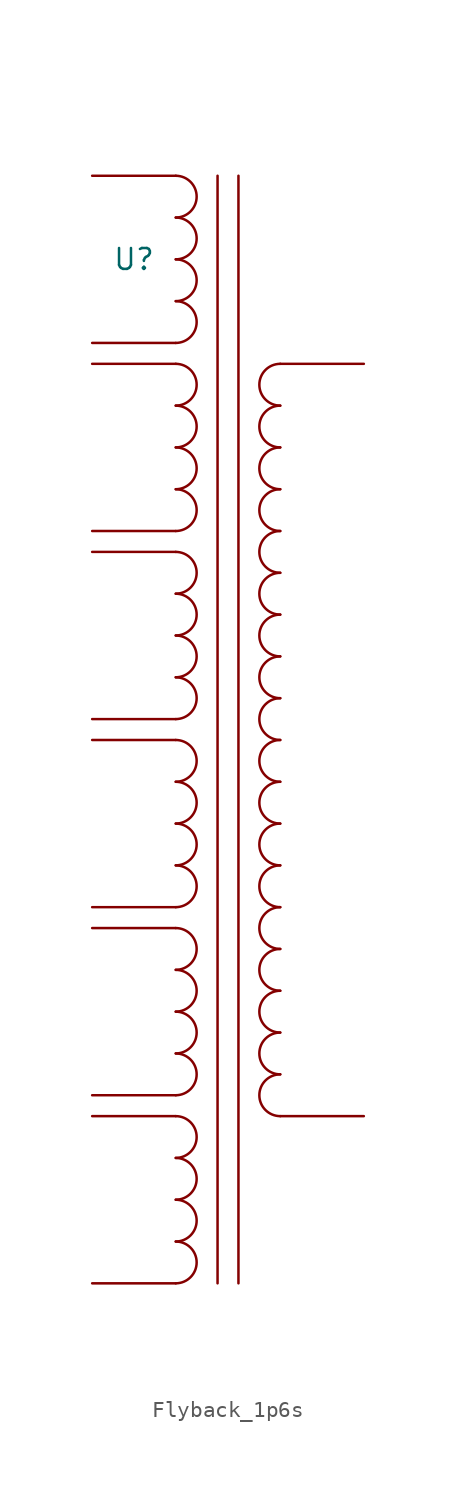
<source format=kicad_sym>
(kicad_symbol_lib
  (version 20231120)
  (generator "kicad_symbol_editor")
  (generator_version "8.0")
  (symbol "Flyback_1p6s"
    (property "Reference" "U"
      (at 0 0 0)
      (effects (font (size 1.27 1.27))))
    (property "Value" ""
      (at 0 0 0)
      (effects (font (size 1.27 1.27))))
    (symbol "Flyback_1p6s_0_1"
      (polyline (pts (xy 2.54 -62.23) (xy -2.54 -62.23)) (stroke (width 0) (type default)) (fill (type none)))
      (polyline (pts (xy 2.54 -52.07) (xy -2.54 -52.07)) (stroke (width 0) (type default)) (fill (type none)))
      (polyline (pts (xy 2.54 -50.8) (xy -2.54 -50.8)) (stroke (width 0) (type default)) (fill (type none)))
      (polyline (pts (xy 2.54 -40.64) (xy -2.54 -40.64)) (stroke (width 0) (type default)) (fill (type none)))
      (polyline (pts (xy 2.54 -39.37) (xy -2.54 -39.37)) (stroke (width 0) (type default)) (fill (type none)))
      (polyline (pts (xy 2.54 -29.21) (xy -2.54 -29.21)) (stroke (width 0) (type default)) (fill (type none)))
      (polyline (pts (xy 2.54 -27.94) (xy -2.54 -27.94)) (stroke (width 0) (type default)) (fill (type none)))
      (polyline (pts (xy 2.54 -17.78) (xy -2.54 -17.78)) (stroke (width 0) (type default)) (fill (type none)))
      (polyline (pts (xy 2.54 -16.51) (xy -2.54 -16.51)) (stroke (width 0) (type default)) (fill (type none)))
      (polyline (pts (xy 2.54 -6.35) (xy -2.54 -6.35)) (stroke (width 0) (type default)) (fill (type none)))
      (polyline (pts (xy 2.54 -5.08) (xy -2.54 -5.08)) (stroke (width 0) (type default)) (fill (type none)))
      (polyline (pts (xy 2.54 5.08) (xy -2.54 5.08)) (stroke (width 0) (type default)) (fill (type none)))
      (polyline (pts (xy 5.08 5.08) (xy 5.08 -62.23)) (stroke (width 0) (type default)) (fill (type none)))
      (polyline (pts (xy 6.35 5.08) (xy 6.35 -62.23)) (stroke (width 0) (type default)) (fill (type none)))
      (polyline (pts (xy 8.89 -52.07) (xy 13.97 -52.07)) (stroke (width 0) (type default)) (fill (type none)))
      (polyline (pts (xy 8.89 -6.35) (xy 13.97 -6.35)) (stroke (width 0) (type default)) (fill (type none)))
      (arc (start 2.54 -62.23) (mid 3.81 -60.96) (end 2.54 -59.69) (stroke (width 0) (type default)) (fill (type none)))
      (arc (start 2.54 -59.69) (mid 3.81 -58.42) (end 2.54 -57.15) (stroke (width 0) (type default)) (fill (type none)))
      (arc (start 2.54 -57.15) (mid 3.81 -55.88) (end 2.54 -54.61) (stroke (width 0) (type default)) (fill (type none)))
      (arc (start 2.54 -54.61) (mid 3.81 -53.34) (end 2.54 -52.07) (stroke (width 0) (type default)) (fill (type none)))
      (arc (start 2.54 -50.8) (mid 3.81 -49.53) (end 2.54 -48.26) (stroke (width 0) (type default)) (fill (type none)))
      (arc (start 2.54 -48.26) (mid 3.81 -46.99) (end 2.54 -45.72) (stroke (width 0) (type default)) (fill (type none)))
      (arc (start 2.54 -45.72) (mid 3.81 -44.45) (end 2.54 -43.18) (stroke (width 0) (type default)) (fill (type none)))
      (arc (start 2.54 -43.18) (mid 3.81 -41.91) (end 2.54 -40.64) (stroke (width 0) (type default)) (fill (type none)))
      (arc (start 2.54 -39.37) (mid 3.81 -38.1) (end 2.54 -36.83) (stroke (width 0) (type default)) (fill (type none)))
      (arc (start 2.54 -36.83) (mid 3.81 -35.56) (end 2.54 -34.29) (stroke (width 0) (type default)) (fill (type none)))
      (arc (start 2.54 -34.29) (mid 3.81 -33.02) (end 2.54 -31.75) (stroke (width 0) (type default)) (fill (type none)))
      (arc (start 2.54 -31.75) (mid 3.81 -30.48) (end 2.54 -29.21) (stroke (width 0) (type default)) (fill (type none)))
      (arc (start 2.54 -27.94) (mid 3.81 -26.67) (end 2.54 -25.4) (stroke (width 0) (type default)) (fill (type none)))
      (arc (start 2.54 -25.4) (mid 3.81 -24.13) (end 2.54 -22.86) (stroke (width 0) (type default)) (fill (type none)))
      (arc (start 2.54 -22.86) (mid 3.81 -21.59) (end 2.54 -20.32) (stroke (width 0) (type default)) (fill (type none)))
      (arc (start 2.54 -20.32) (mid 3.81 -19.05) (end 2.54 -17.78) (stroke (width 0) (type default)) (fill (type none)))
      (arc (start 2.54 -16.51) (mid 3.81 -15.24) (end 2.54 -13.97) (stroke (width 0) (type default)) (fill (type none)))
      (arc (start 2.54 -13.97) (mid 3.81 -12.7) (end 2.54 -11.43) (stroke (width 0) (type default)) (fill (type none)))
      (arc (start 2.54 -11.43) (mid 3.81 -10.16) (end 2.54 -8.89) (stroke (width 0) (type default)) (fill (type none)))
      (arc (start 2.54 -8.89) (mid 3.81 -7.62) (end 2.54 -6.35) (stroke (width 0) (type default)) (fill (type none)))
      (arc (start 2.54 -5.08) (mid 3.81 -3.81) (end 2.54 -2.54) (stroke (width 0) (type default)) (fill (type none)))
      (arc (start 2.54 -2.54) (mid 3.81 -1.27) (end 2.54 0) (stroke (width 0) (type default)) (fill (type none)))
      (arc (start 2.54 0) (mid 3.81 1.27) (end 2.54 2.54) (stroke (width 0) (type default)) (fill (type none)))
      (arc (start 2.54 2.54) (mid 3.81 3.81) (end 2.54 5.08) (stroke (width 0) (type default)) (fill (type none)))
      (arc (start 8.89 -49.53) (mid 7.62 -50.8) (end 8.89 -52.07) (stroke (width 0) (type default)) (fill (type none)))
      (arc (start 8.89 -46.99) (mid 7.62 -48.26) (end 8.89 -49.53) (stroke (width 0) (type default)) (fill (type none)))
      (arc (start 8.89 -44.45) (mid 7.62 -45.72) (end 8.89 -46.99) (stroke (width 0) (type default)) (fill (type none)))
      (arc (start 8.89 -41.91) (mid 7.62 -43.18) (end 8.89 -44.45) (stroke (width 0) (type default)) (fill (type none)))
      (arc (start 8.89 -39.37) (mid 7.62 -40.64) (end 8.89 -41.91) (stroke (width 0) (type default)) (fill (type none)))
      (arc (start 8.89 -36.83) (mid 7.62 -38.1) (end 8.89 -39.37) (stroke (width 0) (type default)) (fill (type none)))
      (arc (start 8.89 -34.29) (mid 7.62 -35.56) (end 8.89 -36.83) (stroke (width 0) (type default)) (fill (type none)))
      (arc (start 8.89 -31.75) (mid 7.62 -33.02) (end 8.89 -34.29) (stroke (width 0) (type default)) (fill (type none)))
      (arc (start 8.89 -29.21) (mid 7.62 -30.48) (end 8.89 -31.75) (stroke (width 0) (type default)) (fill (type none)))
      (arc (start 8.89 -26.67) (mid 7.62 -27.94) (end 8.89 -29.21) (stroke (width 0) (type default)) (fill (type none)))
      (arc (start 8.89 -24.13) (mid 7.62 -25.4) (end 8.89 -26.67) (stroke (width 0) (type default)) (fill (type none)))
      (arc (start 8.89 -21.59) (mid 7.62 -22.86) (end 8.89 -24.13) (stroke (width 0) (type default)) (fill (type none)))
      (arc (start 8.89 -19.05) (mid 7.62 -20.32) (end 8.89 -21.59) (stroke (width 0) (type default)) (fill (type none)))
      (arc (start 8.89 -16.51) (mid 7.62 -17.78) (end 8.89 -19.05) (stroke (width 0) (type default)) (fill (type none)))
      (arc (start 8.89 -13.97) (mid 7.62 -15.24) (end 8.89 -16.51) (stroke (width 0) (type default)) (fill (type none)))
      (arc (start 8.89 -11.43) (mid 7.62 -12.7) (end 8.89 -13.97) (stroke (width 0) (type default)) (fill (type none)))
      (arc (start 8.89 -8.89) (mid 7.62 -10.16) (end 8.89 -11.43) (stroke (width 0) (type default)) (fill (type none)))
      (arc (start 8.89 -6.35) (mid 7.62 -7.62) (end 8.89 -8.89) (stroke (width 0) (type default)) (fill (type none))))))
</source>
